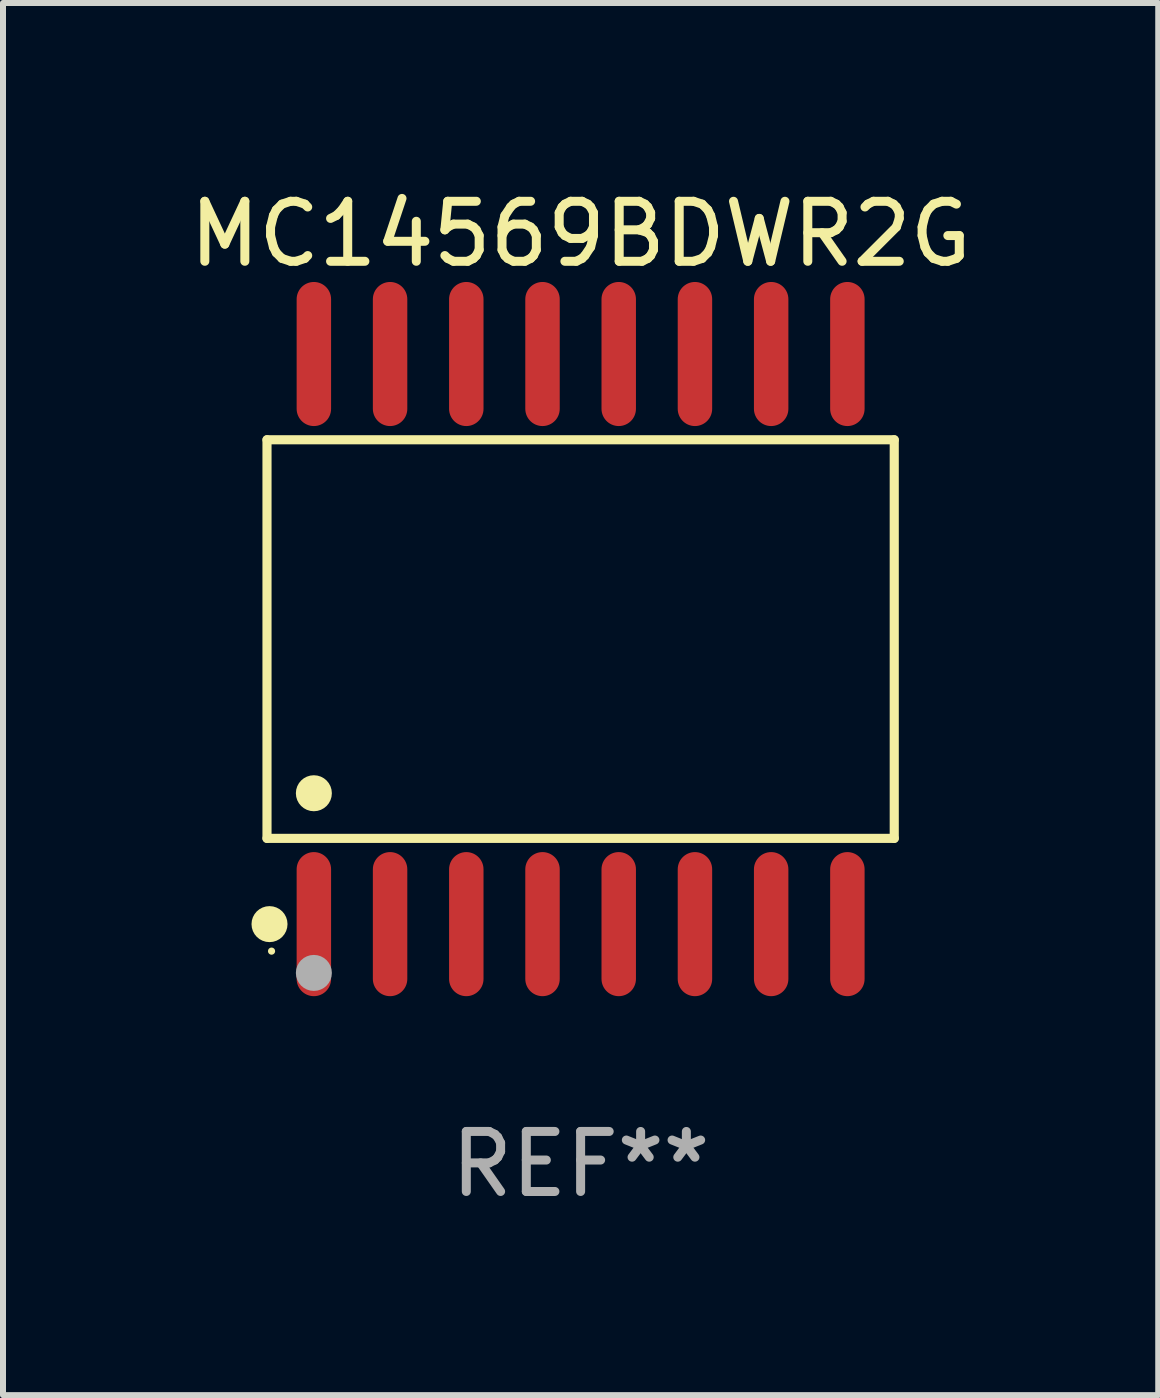
<source format=kicad_pcb>
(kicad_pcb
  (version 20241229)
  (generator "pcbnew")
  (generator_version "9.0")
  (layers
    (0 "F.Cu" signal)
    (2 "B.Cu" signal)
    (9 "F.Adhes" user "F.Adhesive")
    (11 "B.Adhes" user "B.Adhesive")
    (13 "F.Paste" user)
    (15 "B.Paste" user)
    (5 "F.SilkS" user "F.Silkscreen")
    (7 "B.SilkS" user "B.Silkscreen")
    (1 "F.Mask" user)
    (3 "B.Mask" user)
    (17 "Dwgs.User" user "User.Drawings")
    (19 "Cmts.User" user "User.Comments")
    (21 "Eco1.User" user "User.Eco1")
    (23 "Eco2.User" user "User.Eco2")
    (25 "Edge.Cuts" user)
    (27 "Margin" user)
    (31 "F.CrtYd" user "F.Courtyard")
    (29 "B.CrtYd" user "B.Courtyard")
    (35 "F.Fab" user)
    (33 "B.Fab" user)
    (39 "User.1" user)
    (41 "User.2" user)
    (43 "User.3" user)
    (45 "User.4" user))
  (footprint "MC14569BDWR2G"
    (layer "F.Cu")
    (at 6.625 7.599)
    (property "Reference" "MC14569BDWR2G" (at 0 -6.75 0) (layer "F.SilkS") (effects (font (size 1 1) (thickness 0.15))))
    (attr through_hole)
    (fp_line (start -5.226 -3.321) (end 5.226 -3.321) (stroke (width 0.152) (type solid)) (layer "F.SilkS"))
    (fp_line (start -5.226 3.321) (end -5.226 -3.321) (stroke (width 0.152) (type solid)) (layer "F.SilkS"))
    (fp_line (start 5.226 -3.321) (end 5.226 3.321) (stroke (width 0.152) (type solid)) (layer "F.SilkS"))
    (fp_line (start 5.226 3.321) (end -5.226 3.321) (stroke (width 0.152) (type solid)) (layer "F.SilkS"))
    (fp_circle (center -5.184 4.75) (end -5.034 4.75) (stroke (width 0.3) (type solid)) (fill no) (layer "F.SilkS"))
    (fp_circle (center -5.15 5.2) (end -5.12 5.2) (stroke (width 0.06) (type solid)) (fill no) (layer "F.SilkS"))
    (fp_circle (center -4.445 2.569) (end -4.295 2.569) (stroke (width 0.3) (type solid)) (fill no) (layer "F.SilkS"))
    (fp_circle (center -4.445 5.563) (end -4.295 5.563) (stroke (width 0.3) (type solid)) (fill no) (layer "F.Fab"))
    (fp_text user "REF**" (at 0 8.75 0) (layer "F.Fab") (effects (font (size 1 1) (thickness 0.15))))
    (pad "1" smd oval (at -4.445 4.75) (size 0.574 2.401) (layers "F.Cu" "F.Mask" "F.Paste"))
    (pad "2" smd oval (at -3.175 4.75) (size 0.574 2.401) (layers "F.Cu" "F.Mask" "F.Paste"))
    (pad "3" smd oval (at -1.905 4.75) (size 0.574 2.401) (layers "F.Cu" "F.Mask" "F.Paste"))
    (pad "4" smd oval (at -0.635 4.75) (size 0.574 2.401) (layers "F.Cu" "F.Mask" "F.Paste"))
    (pad "5" smd oval (at 0.635 4.75) (size 0.574 2.401) (layers "F.Cu" "F.Mask" "F.Paste"))
    (pad "6" smd oval (at 1.905 4.75) (size 0.574 2.401) (layers "F.Cu" "F.Mask" "F.Paste"))
    (pad "7" smd oval (at 3.175 4.75) (size 0.574 2.401) (layers "F.Cu" "F.Mask" "F.Paste"))
    (pad "8" smd oval (at 4.445 4.75) (size 0.574 2.401) (layers "F.Cu" "F.Mask" "F.Paste"))
    (pad "9" smd oval (at 4.445 -4.75) (size 0.574 2.401) (layers "F.Cu" "F.Mask" "F.Paste"))
    (pad "10" smd oval (at 3.175 -4.75) (size 0.574 2.401) (layers "F.Cu" "F.Mask" "F.Paste"))
    (pad "11" smd oval (at 1.905 -4.75) (size 0.574 2.401) (layers "F.Cu" "F.Mask" "F.Paste"))
    (pad "12" smd oval (at 0.635 -4.75) (size 0.574 2.401) (layers "F.Cu" "F.Mask" "F.Paste"))
    (pad "13" smd oval (at -0.635 -4.75) (size 0.574 2.401) (layers "F.Cu" "F.Mask" "F.Paste"))
    (pad "14" smd oval (at -1.905 -4.75) (size 0.574 2.401) (layers "F.Cu" "F.Mask" "F.Paste"))
    (pad "15" smd oval (at -3.175 -4.75) (size 0.574 2.401) (layers "F.Cu" "F.Mask" "F.Paste"))
    (pad "16" smd oval (at -4.445 -4.75) (size 0.574 2.401) (layers "F.Cu" "F.Mask" "F.Paste")))
  (gr_rect
    (start -3 -3)
    (end 16.25 20.197)
    (stroke (width 0.1) (type default))
    (fill no)
    (layer "Edge.Cuts")))
</source>
